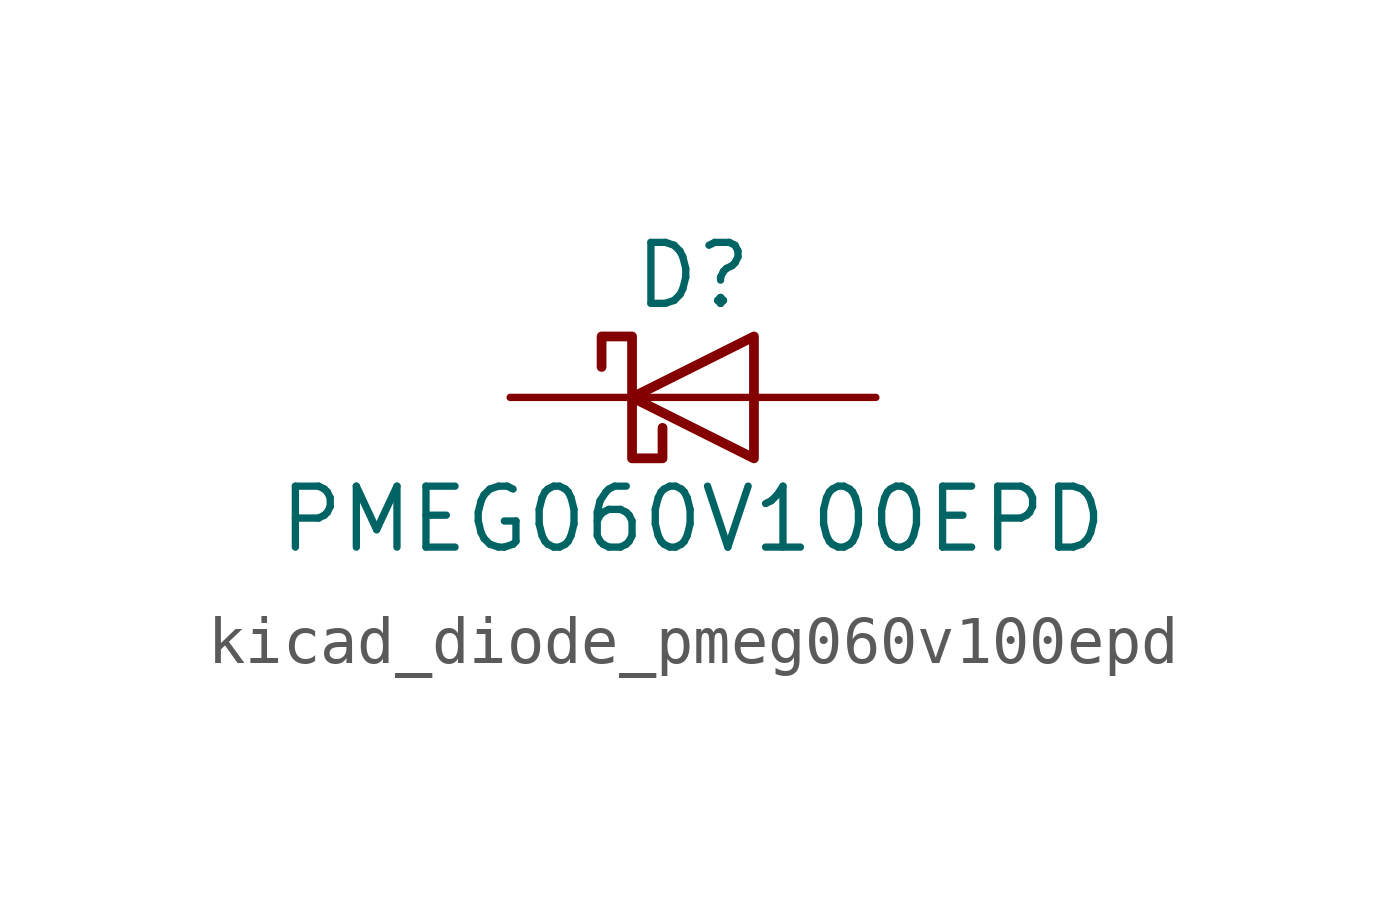
<source format=kicad_sym>
(kicad_symbol_lib
  (version 20220914)
  (generator kicad_symbol_editor)
  (symbol "kicad_diode_pmeg060v100epd"
    (pin_numbers hide)
    (pin_names hide)
    (property "Reference" "D"
      (at 0 2.54 0)
      (effects (font (size 1.27 1.27))))
    (property "Value" "PMEG060V100EPD"
      (at 0 -2.54 0)
      (effects (font (size 1.27 1.27))))
    (symbol "kicad_diode_pmeg060v100epd_0_1"
      (polyline (pts (xy 1.27 0) (xy -1.27 0)) (stroke (width 0) (type default)) (fill (type none)))
      (polyline (pts (xy 1.27 1.27) (xy 1.27 -1.27) (xy -1.27 0) (xy 1.27 1.27)) (stroke (width 0.203) (type default)) (fill (type none)))
      (polyline (pts (xy -1.905 0.635) (xy -1.905 1.27) (xy -1.27 1.27) (xy -1.27 -1.27) (xy -0.635 -1.27) (xy -0.635 -0.635)) (stroke (width 0.203) (type default)) (fill (type none))))
    (symbol "kicad_diode_pmeg060v100epd_1_1"
      (pin passive line (at 3.81 0 180) (length 2.54) (name "A" (effects (font (size 1.27 1.27)))) (number "1" (effects (font (size 1.27 1.27)))))
      (pin passive line (at 3.81 0 180) (length 2.54) hide (name "A" (effects (font (size 1.27 1.27)))) (number "2" (effects (font (size 1.27 1.27)))))
      (pin passive line (at -3.81 0 0) (length 2.54) (name "K" (effects (font (size 1.27 1.27)))) (number "3" (effects (font (size 1.27 1.27))))))))
</source>
